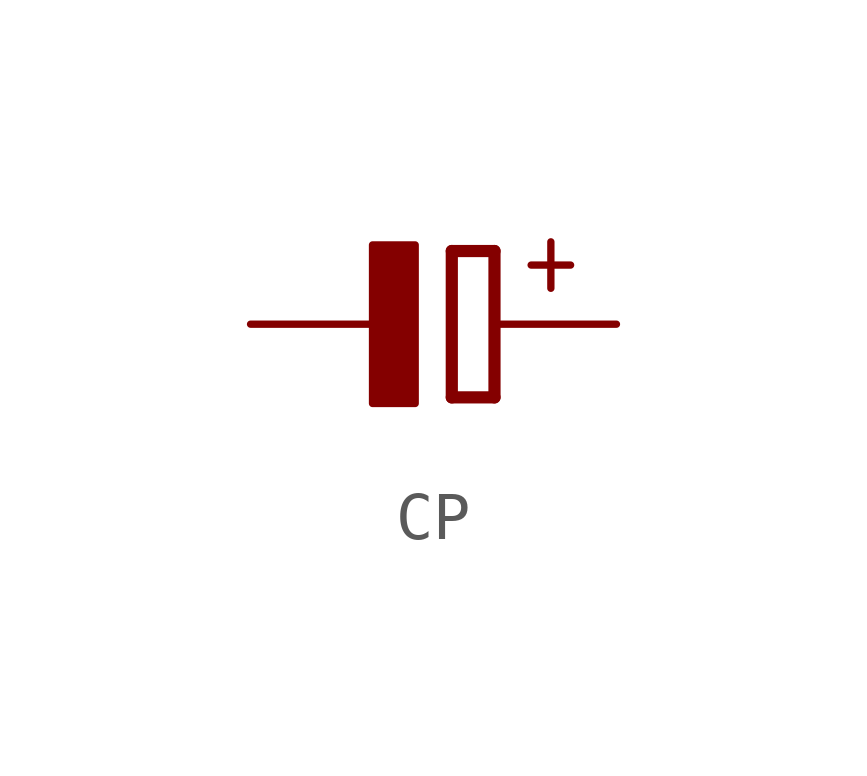
<source format=kicad_sym>
(kicad_symbol_lib
  (version 20231120)
  (generator "kicad_symbol_editor")
  (generator_version "8.0")
  (symbol "CP"
    (property "Reference" ""
      (at 0 1.651 0)
      (effects (font (size 1.016 0.864)) (justify left bottom) (hide yes)))
    (property "Value" ""
      (at 0 -2.667 0)
      (effects (font (size 1.016 0.864)) (justify left bottom)))
    (property "ki_locked" ""
      (at 0 0 0)
      (effects (font (size 1.27 1.27))))
    (symbol "CP_1_0"
      (polyline (pts (xy 1.651 -1.524) (xy 2.54 -1.524)) (stroke (width 0.254) (type solid)) (fill (type none)))
      (polyline (pts (xy 1.651 1.524) (xy 1.651 -1.524)) (stroke (width 0.254) (type solid)) (fill (type none)))
      (polyline (pts (xy 2.54 1.524) (xy 1.651 1.524)) (stroke (width 0.254) (type solid)) (fill (type none)))
      (polyline (pts (xy 2.54 1.524) (xy 2.54 -1.524)) (stroke (width 0.254) (type solid)) (fill (type none)))
      (rectangle (start 0.889 -1.651) (end 0 1.651) (stroke (width 0) (type default)) (fill (type outline)))
      (text "+" (at 2.946 0.584 0) (effects (font (size 1.27 1.079)) (justify left bottom)))
      (pin passive line (at -2.54 0 0) (length 2.54) (name "1" (effects (font (size 0 0)))) (number "1" (effects (font (size 0 0)))))
      (pin passive line (at 5.08 0 180) (length 2.54) (name "2" (effects (font (size 0 0)))) (number "2" (effects (font (size 0 0))))))))
</source>
